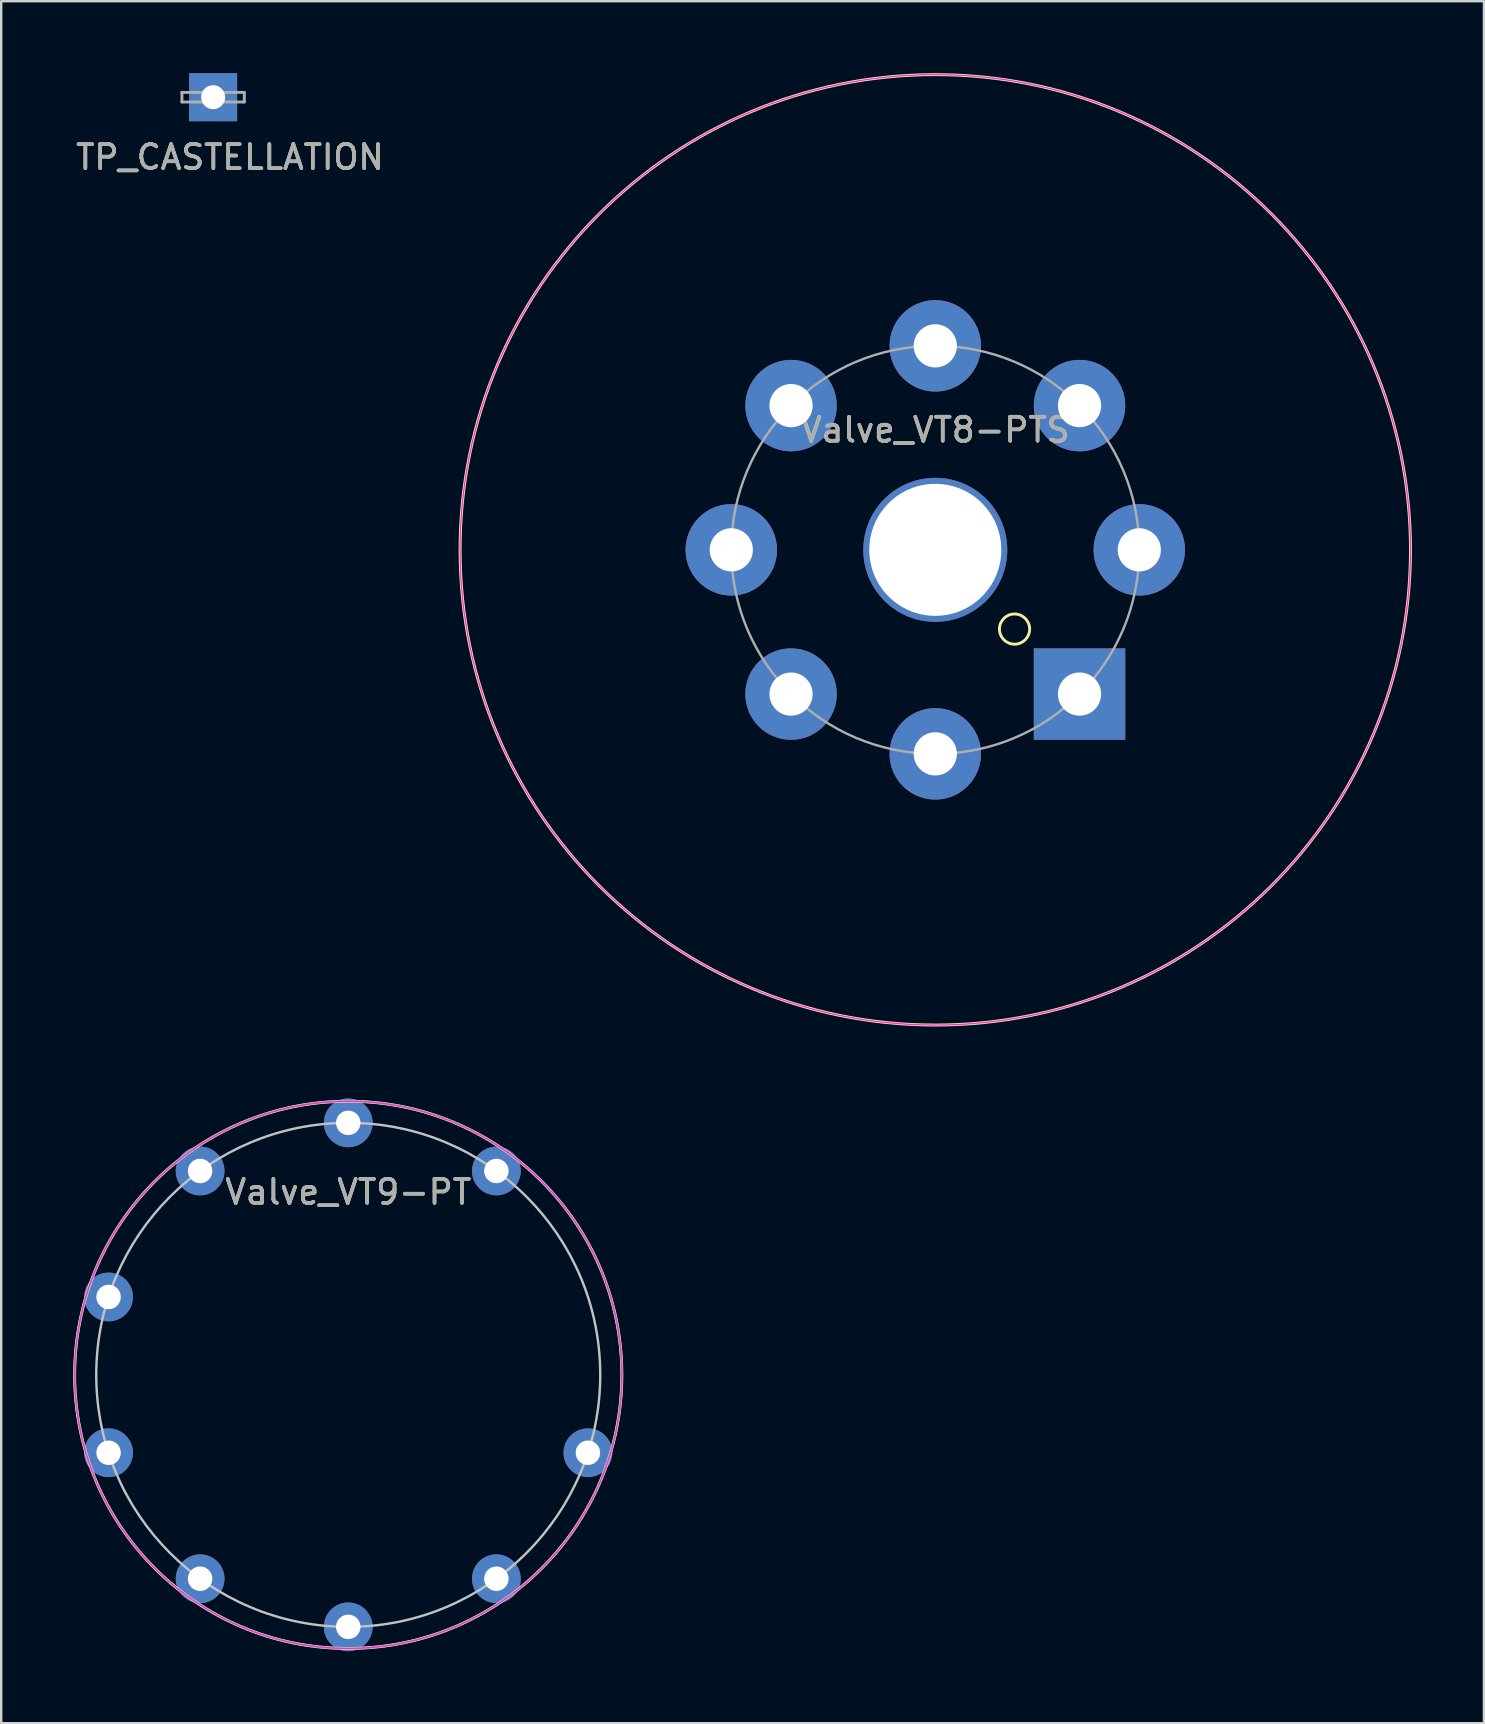
<source format=kicad_pcb>
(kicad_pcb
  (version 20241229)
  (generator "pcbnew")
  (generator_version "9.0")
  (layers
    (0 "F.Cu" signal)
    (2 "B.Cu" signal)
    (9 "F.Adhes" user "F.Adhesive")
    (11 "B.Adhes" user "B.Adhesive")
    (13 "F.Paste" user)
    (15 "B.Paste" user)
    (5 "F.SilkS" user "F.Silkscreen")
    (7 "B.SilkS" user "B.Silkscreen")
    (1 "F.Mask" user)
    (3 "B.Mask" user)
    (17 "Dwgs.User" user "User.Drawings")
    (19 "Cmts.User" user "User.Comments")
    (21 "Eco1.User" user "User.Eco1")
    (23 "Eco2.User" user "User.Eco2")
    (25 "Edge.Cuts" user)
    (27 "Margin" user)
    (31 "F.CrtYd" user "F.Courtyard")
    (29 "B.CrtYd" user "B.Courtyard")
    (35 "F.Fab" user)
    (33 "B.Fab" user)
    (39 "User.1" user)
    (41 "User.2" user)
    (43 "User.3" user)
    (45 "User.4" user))
  (footprint "TP_CASTELLATION"
    (layer "F.Cu")
    (at 5.83 1)
    (property "Reference" "TP_CASTELLATION" (at 0.7 2.5 0) (layer "F.SilkS") (effects (font (size 1 1) (thickness 0.15))))
    (attr through_hole)
    (fp_line (start -1.3 -0.2) (end -1.3 0.2) (stroke (width 0.12) (type solid)) (layer "F.Fab"))
    (fp_line (start -1.3 0.2) (end 1.3 0.2) (stroke (width 0.12) (type solid)) (layer "F.Fab"))
    (fp_line (start 1.3 -0.2) (end -1.3 -0.2) (stroke (width 0.12) (type solid)) (layer "F.Fab"))
    (fp_line (start 1.3 0.2) (end 1.3 -0.2) (stroke (width 0.12) (type solid)) (layer "F.Fab"))
    (fp_text user "${REFERENCE}" (at 0.7 2.5 0) (layer "F.Fab") (effects (font (size 1 1) (thickness 0.15))))
    (pad "1" thru_hole rect (at 0 0) (size 2 2) (drill 1) (layers "*.Cu" "*.Mask")))
  (footprint "Valve_VT8-PTS"
    (layer "F.Cu")
    (at 35.92 19.86)
    (property "Reference" "Valve_VT8-PTS" (at 0 -5 0) (layer "F.SilkS") (effects (font (size 1 1) (thickness 0.15))))
    (attr through_hole)
    (fp_circle (center 0 0) (end 19.8 0) (stroke (width 0.12) (type solid)) (fill no) (layer "F.SilkS"))
    (fp_circle (center 3.302 3.302) (end 3.742 3.752) (stroke (width 0.12) (type solid)) (fill no) (layer "F.SilkS"))
    (fp_circle (center 0 0) (end 19.8 0) (stroke (width 0.05) (type solid)) (fill no) (layer "F.CrtYd"))
    (fp_circle (center 0 0) (end 8.5 0) (stroke (width 0.1) (type solid)) (fill no) (layer "F.Fab"))
    (fp_text user "${REFERENCE}" (at 0 -5 0) (layer "F.Fab") (effects (font (size 1 1) (thickness 0.15))))
    (pad "" thru_hole circle (at 0 0) (size 6 6) (drill 5.5) (layers "*.Cu" "*.Mask"))
    (pad "1" thru_hole rect (at 6.01 6.01) (size 3.81 3.81) (drill 1.8) (layers "*.Cu" "*.Mask"))
    (pad "2" thru_hole circle (at 8.5 0) (size 3.81 3.81) (drill 1.8) (layers "*.Cu" "*.Mask"))
    (pad "3" thru_hole circle (at 6.01 -6.01) (size 3.81 3.81) (drill 1.8) (layers "*.Cu" "*.Mask"))
    (pad "4" thru_hole circle (at 0 -8.5) (size 3.81 3.81) (drill 1.8) (layers "*.Cu" "*.Mask"))
    (pad "5" thru_hole circle (at -6.01 -6.01) (size 3.81 3.81) (drill 1.8) (layers "*.Cu" "*.Mask"))
    (pad "6" thru_hole circle (at -8.5 0) (size 3.81 3.81) (drill 1.8) (layers "*.Cu" "*.Mask"))
    (pad "7" thru_hole circle (at -6.01 6.01) (size 3.81 3.81) (drill 1.8) (layers "*.Cu" "*.Mask"))
    (pad "8" thru_hole circle (at 0 8.5) (size 3.81 3.81) (drill 1.8) (layers "*.Cu" "*.Mask")))
  (footprint "Valve_VT9-PT"
    (layer "F.Cu")
    (at 11.46 54.235)
    (property "Reference" "Valve_VT9-PT" (at 0 -7.62 0) (layer "F.SilkS") (effects (font (size 1 1) (thickness 0.15))))
    (attr through_hole)
    (fp_circle (center 0 0) (end 11.4 0) (stroke (width 0.12) (type solid)) (fill no) (layer "F.SilkS"))
    (fp_circle (center 0 0) (end 10.5 0) (stroke (width 0.1) (type solid)) (fill no) (layer "Dwgs.User"))
    (fp_circle (center 0 0) (end 11.4 0) (stroke (width 0.05) (type solid)) (fill no) (layer "F.CrtYd"))
    (fp_circle (center 0 0) (end 11.4 0) (stroke (width 0.1) (type solid)) (fill no) (layer "F.Fab"))
    (fp_text user "${REFERENCE}" (at 0 -7.62 0) (layer "F.Fab") (effects (font (size 1 1) (thickness 0.15))))
    (pad "1" thru_hole circle (at 6.172 -8.495) (size 2.03 2.03) (drill 1.02) (layers "*.Cu" "*.Mask"))
    (pad "2" thru_hole circle (at 0 -10.5) (size 2.03 2.03) (drill 1.02) (layers "*.Cu" "*.Mask"))
    (pad "3" thru_hole circle (at -6.172 -8.495) (size 2.03 2.03) (drill 1.02) (layers "*.Cu" "*.Mask"))
    (pad "4" thru_hole circle (at -9.986 -3.245) (size 2.03 2.03) (drill 1.02) (layers "*.Cu" "*.Mask"))
    (pad "5" thru_hole circle (at -9.986 3.245) (size 2.03 2.03) (drill 1.02) (layers "*.Cu" "*.Mask"))
    (pad "6" thru_hole circle (at -6.172 8.495) (size 2.03 2.03) (drill 1.02) (layers "*.Cu" "*.Mask"))
    (pad "7" thru_hole circle (at 0 10.5) (size 2.03 2.03) (drill 1.02) (layers "*.Cu" "*.Mask"))
    (pad "8" thru_hole circle (at 6.172 8.495) (size 2.03 2.03) (drill 1.02) (layers "*.Cu" "*.Mask"))
    (pad "9" thru_hole circle (at 9.986 3.245) (size 2.03 2.03) (drill 1.02) (layers "*.Cu" "*.Mask")))
  (gr_rect
    (start -3 -3)
    (end 58.78 68.75)
    (stroke (width 0.1) (type default))
    (fill no)
    (layer "Edge.Cuts")))
</source>
